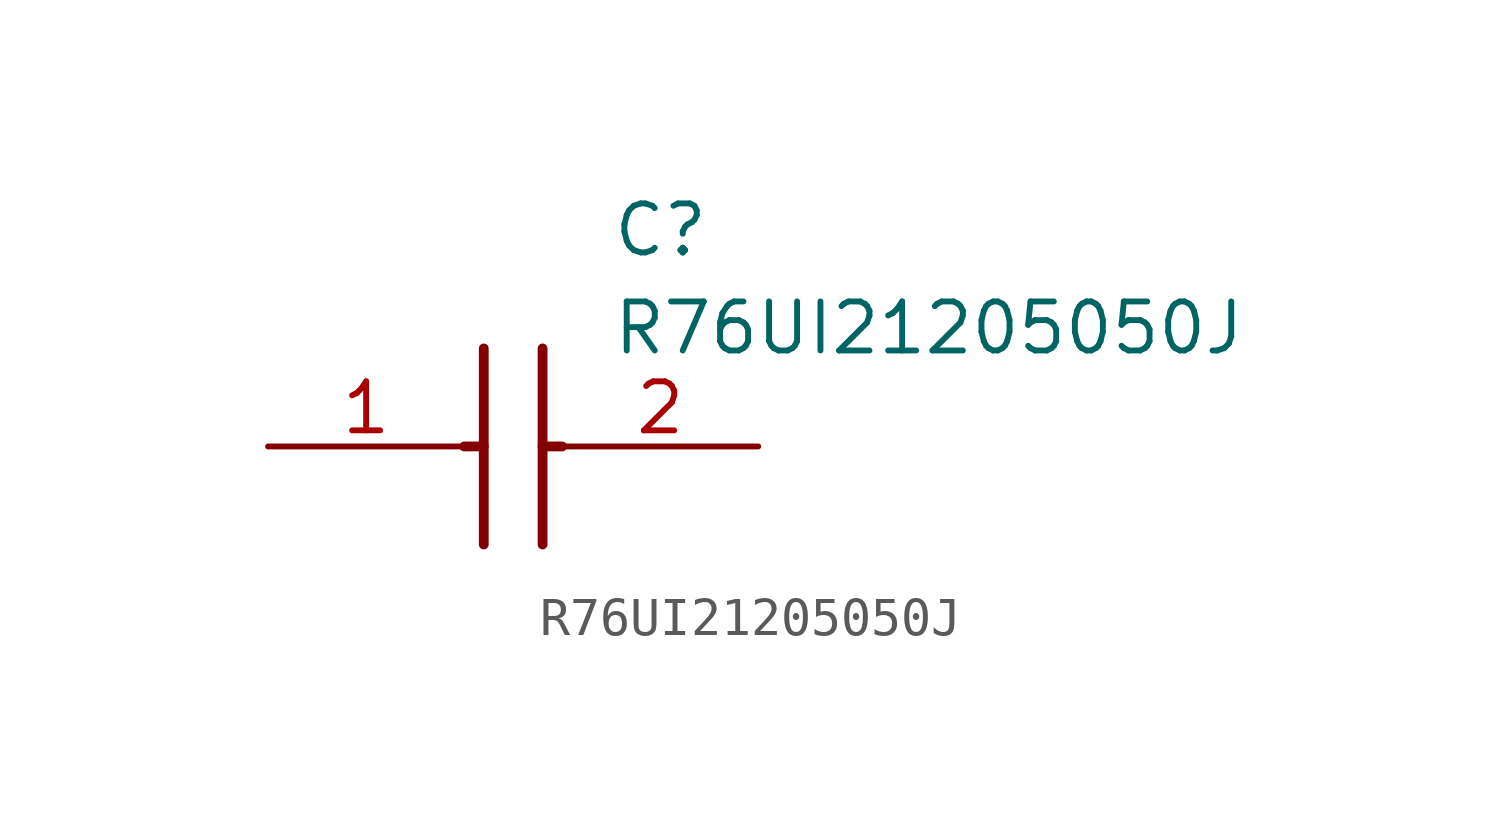
<source format=kicad_sym>
(kicad_symbol_lib
  (version 20211014)
  (generator SamacSys_ECAD_Model)
  (symbol "R76UI21205050J"
    (pin_names hide)
    (property "Reference" "C"
      (at 8.89 6.35 0)
      (effects (font (size 1.27 1.27)) (justify left top)))
    (property "Value" "R76UI21205050J"
      (at 8.89 3.81 0)
      (effects (font (size 1.27 1.27)) (justify left top)))
    (polyline
      (pts (xy 5.588 2.54) (xy 5.588 -2.54))
      (stroke (width 0.254) (type default))
      (fill (type none)))
    (polyline
      (pts (xy 7.112 2.54) (xy 7.112 -2.54))
      (stroke (width 0.254) (type default))
      (fill (type none)))
    (polyline
      (pts (xy 5.08 0) (xy 5.588 0))
      (stroke (width 0.254) (type default))
      (fill (type none)))
    (polyline
      (pts (xy 7.112 0) (xy 7.62 0))
      (stroke (width 0.254) (type default))
      (fill (type none)))
    (pin passive line
      (at 0 0 0)
      (length 5.08)
      (name "1" (effects (font (size 1.27 1.27))))
      (number "1" (effects (font (size 1.27 1.27)))))
    (pin passive line
      (at 12.7 0 180)
      (length 5.08)
      (name "2" (effects (font (size 1.27 1.27))))
      (number "2" (effects (font (size 1.27 1.27)))))))
</source>
